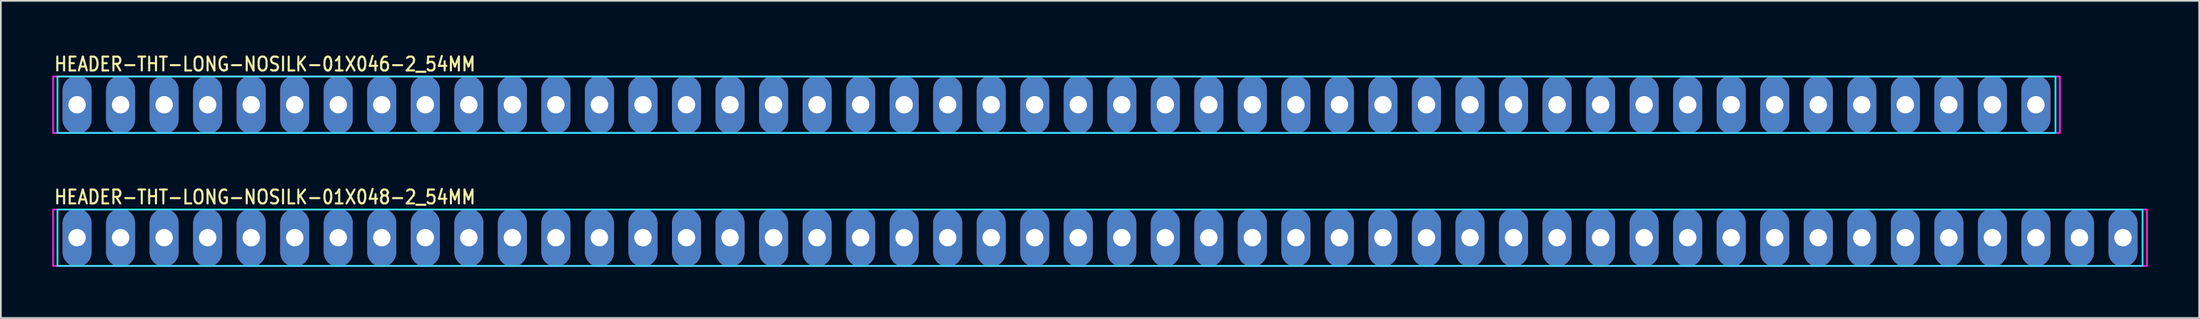
<source format=kicad_pcb>
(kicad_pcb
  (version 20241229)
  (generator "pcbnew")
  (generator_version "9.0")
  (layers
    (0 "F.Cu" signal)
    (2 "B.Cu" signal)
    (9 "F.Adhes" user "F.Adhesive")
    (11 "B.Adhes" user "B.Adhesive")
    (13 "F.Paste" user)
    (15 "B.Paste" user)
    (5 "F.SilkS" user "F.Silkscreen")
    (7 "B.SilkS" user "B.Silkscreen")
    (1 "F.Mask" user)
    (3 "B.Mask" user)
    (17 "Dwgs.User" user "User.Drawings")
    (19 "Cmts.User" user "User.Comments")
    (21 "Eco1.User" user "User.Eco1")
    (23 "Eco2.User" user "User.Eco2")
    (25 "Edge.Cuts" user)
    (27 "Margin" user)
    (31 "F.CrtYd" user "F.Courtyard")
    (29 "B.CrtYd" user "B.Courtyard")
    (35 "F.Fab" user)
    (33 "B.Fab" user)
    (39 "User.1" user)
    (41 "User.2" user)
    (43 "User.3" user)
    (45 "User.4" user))
  (footprint "HEADER-THT-LONG-NOSILK-01X046-2_54MM"
    (layer "F.Cu")
    (at 1.447 3.079)
    (property "Reference" "HEADER-THT-LONG-NOSILK-01X046-2_54MM" (at -1.4 -1.9 0) (unlocked yes) (layer "F.SilkS") (effects (font (size 0.813 0.695) (thickness 0.122)) (justify left bottom)))
    (fp_poly (pts (xy -1.143 -1.651) (xy 115.443 -1.651) (xy 115.443 1.651) (xy -1.143 1.651)) (stroke (width 0.1) (type solid)) (fill no) (layer "B.CrtYd"))
    (fp_poly (pts (xy -1.397 -1.651) (xy 115.697 -1.651) (xy 115.697 1.651) (xy -1.397 1.651)) (stroke (width 0.1) (type solid)) (fill no) (layer "F.CrtYd"))
    (pad "P$1" thru_hole oval (at 0 0 90) (size 3.387 1.693) (drill 1.016) (layers "*.Cu" "*.Mask"))
    (pad "P$2" thru_hole oval (at 2.54 0 90) (size 3.387 1.693) (drill 1.016) (layers "*.Cu" "*.Mask"))
    (pad "P$3" thru_hole oval (at 5.08 0 90) (size 3.387 1.693) (drill 1.016) (layers "*.Cu" "*.Mask"))
    (pad "P$4" thru_hole oval (at 7.62 0 90) (size 3.387 1.693) (drill 1.016) (layers "*.Cu" "*.Mask"))
    (pad "P$5" thru_hole oval (at 10.16 0 90) (size 3.387 1.693) (drill 1.016) (layers "*.Cu" "*.Mask"))
    (pad "P$6" thru_hole oval (at 12.7 0 90) (size 3.387 1.693) (drill 1.016) (layers "*.Cu" "*.Mask"))
    (pad "P$7" thru_hole oval (at 15.24 0 90) (size 3.387 1.693) (drill 1.016) (layers "*.Cu" "*.Mask"))
    (pad "P$8" thru_hole oval (at 17.78 0 90) (size 3.387 1.693) (drill 1.016) (layers "*.Cu" "*.Mask"))
    (pad "P$9" thru_hole oval (at 20.32 0 90) (size 3.387 1.693) (drill 1.016) (layers "*.Cu" "*.Mask"))
    (pad "P$10" thru_hole oval (at 22.86 0 90) (size 3.387 1.693) (drill 1.016) (layers "*.Cu" "*.Mask"))
    (pad "P$11" thru_hole oval (at 25.4 0 90) (size 3.387 1.693) (drill 1.016) (layers "*.Cu" "*.Mask"))
    (pad "P$12" thru_hole oval (at 27.94 0 90) (size 3.387 1.693) (drill 1.016) (layers "*.Cu" "*.Mask"))
    (pad "P$13" thru_hole oval (at 30.48 0 90) (size 3.387 1.693) (drill 1.016) (layers "*.Cu" "*.Mask"))
    (pad "P$14" thru_hole oval (at 33.02 0 90) (size 3.387 1.693) (drill 1.016) (layers "*.Cu" "*.Mask"))
    (pad "P$15" thru_hole oval (at 35.56 0 90) (size 3.387 1.693) (drill 1.016) (layers "*.Cu" "*.Mask"))
    (pad "P$16" thru_hole oval (at 38.1 0 90) (size 3.387 1.693) (drill 1.016) (layers "*.Cu" "*.Mask"))
    (pad "P$17" thru_hole oval (at 40.64 0 90) (size 3.387 1.693) (drill 1.016) (layers "*.Cu" "*.Mask"))
    (pad "P$18" thru_hole oval (at 43.18 0 90) (size 3.387 1.693) (drill 1.016) (layers "*.Cu" "*.Mask"))
    (pad "P$19" thru_hole oval (at 45.72 0 90) (size 3.387 1.693) (drill 1.016) (layers "*.Cu" "*.Mask"))
    (pad "P$20" thru_hole oval (at 48.26 0 90) (size 3.387 1.693) (drill 1.016) (layers "*.Cu" "*.Mask"))
    (pad "P$21" thru_hole oval (at 50.8 0 90) (size 3.387 1.693) (drill 1.016) (layers "*.Cu" "*.Mask"))
    (pad "P$22" thru_hole oval (at 53.34 0 90) (size 3.387 1.693) (drill 1.016) (layers "*.Cu" "*.Mask"))
    (pad "P$23" thru_hole oval (at 55.88 0 90) (size 3.387 1.693) (drill 1.016) (layers "*.Cu" "*.Mask"))
    (pad "P$24" thru_hole oval (at 58.42 0 90) (size 3.387 1.693) (drill 1.016) (layers "*.Cu" "*.Mask"))
    (pad "P$25" thru_hole oval (at 60.96 0 90) (size 3.387 1.693) (drill 1.016) (layers "*.Cu" "*.Mask"))
    (pad "P$26" thru_hole oval (at 63.5 0 90) (size 3.387 1.693) (drill 1.016) (layers "*.Cu" "*.Mask"))
    (pad "P$27" thru_hole oval (at 66.04 0 90) (size 3.387 1.693) (drill 1.016) (layers "*.Cu" "*.Mask"))
    (pad "P$28" thru_hole oval (at 68.58 0 90) (size 3.387 1.693) (drill 1.016) (layers "*.Cu" "*.Mask"))
    (pad "P$29" thru_hole oval (at 71.12 0 90) (size 3.387 1.693) (drill 1.016) (layers "*.Cu" "*.Mask"))
    (pad "P$30" thru_hole oval (at 73.66 0 90) (size 3.387 1.693) (drill 1.016) (layers "*.Cu" "*.Mask"))
    (pad "P$31" thru_hole oval (at 76.2 0 90) (size 3.387 1.693) (drill 1.016) (layers "*.Cu" "*.Mask"))
    (pad "P$32" thru_hole oval (at 78.74 0 90) (size 3.387 1.693) (drill 1.016) (layers "*.Cu" "*.Mask"))
    (pad "P$33" thru_hole oval (at 81.28 0 90) (size 3.387 1.693) (drill 1.016) (layers "*.Cu" "*.Mask"))
    (pad "P$34" thru_hole oval (at 83.82 0 90) (size 3.387 1.693) (drill 1.016) (layers "*.Cu" "*.Mask"))
    (pad "P$35" thru_hole oval (at 86.36 0 90) (size 3.387 1.693) (drill 1.016) (layers "*.Cu" "*.Mask"))
    (pad "P$36" thru_hole oval (at 88.9 0 90) (size 3.387 1.693) (drill 1.016) (layers "*.Cu" "*.Mask"))
    (pad "P$37" thru_hole oval (at 91.44 0 90) (size 3.387 1.693) (drill 1.016) (layers "*.Cu" "*.Mask"))
    (pad "P$38" thru_hole oval (at 93.98 0 90) (size 3.387 1.693) (drill 1.016) (layers "*.Cu" "*.Mask"))
    (pad "P$39" thru_hole oval (at 96.52 0 90) (size 3.387 1.693) (drill 1.016) (layers "*.Cu" "*.Mask"))
    (pad "P$40" thru_hole oval (at 99.06 0 90) (size 3.387 1.693) (drill 1.016) (layers "*.Cu" "*.Mask"))
    (pad "P$41" thru_hole oval (at 101.6 0 90) (size 3.387 1.693) (drill 1.016) (layers "*.Cu" "*.Mask"))
    (pad "P$42" thru_hole oval (at 104.14 0 90) (size 3.387 1.693) (drill 1.016) (layers "*.Cu" "*.Mask"))
    (pad "P$43" thru_hole oval (at 106.68 0 90) (size 3.387 1.693) (drill 1.016) (layers "*.Cu" "*.Mask"))
    (pad "P$44" thru_hole oval (at 109.22 0 90) (size 3.387 1.693) (drill 1.016) (layers "*.Cu" "*.Mask"))
    (pad "P$45" thru_hole oval (at 111.76 0 90) (size 3.387 1.693) (drill 1.016) (layers "*.Cu" "*.Mask"))
    (pad "P$46" thru_hole oval (at 114.3 0 90) (size 3.387 1.693) (drill 1.016) (layers "*.Cu" "*.Mask")))
  (footprint "HEADER-THT-LONG-NOSILK-01X048-2_54MM"
    (layer "F.Cu")
    (at 1.447 10.858)
    (property "Reference" "HEADER-THT-LONG-NOSILK-01X048-2_54MM" (at -1.4 -1.9 0) (unlocked yes) (layer "F.SilkS") (effects (font (size 0.813 0.695) (thickness 0.122)) (justify left bottom)))
    (fp_poly (pts (xy -1.143 -1.651) (xy 120.523 -1.651) (xy 120.523 1.651) (xy -1.143 1.651)) (stroke (width 0.1) (type solid)) (fill no) (layer "B.CrtYd"))
    (fp_poly (pts (xy -1.397 -1.651) (xy 120.777 -1.651) (xy 120.777 1.651) (xy -1.397 1.651)) (stroke (width 0.1) (type solid)) (fill no) (layer "F.CrtYd"))
    (pad "P$1" thru_hole oval (at 0 0 90) (size 3.387 1.693) (drill 1.016) (layers "*.Cu" "*.Mask"))
    (pad "P$2" thru_hole oval (at 2.54 0 90) (size 3.387 1.693) (drill 1.016) (layers "*.Cu" "*.Mask"))
    (pad "P$3" thru_hole oval (at 5.08 0 90) (size 3.387 1.693) (drill 1.016) (layers "*.Cu" "*.Mask"))
    (pad "P$4" thru_hole oval (at 7.62 0 90) (size 3.387 1.693) (drill 1.016) (layers "*.Cu" "*.Mask"))
    (pad "P$5" thru_hole oval (at 10.16 0 90) (size 3.387 1.693) (drill 1.016) (layers "*.Cu" "*.Mask"))
    (pad "P$6" thru_hole oval (at 12.7 0 90) (size 3.387 1.693) (drill 1.016) (layers "*.Cu" "*.Mask"))
    (pad "P$7" thru_hole oval (at 15.24 0 90) (size 3.387 1.693) (drill 1.016) (layers "*.Cu" "*.Mask"))
    (pad "P$8" thru_hole oval (at 17.78 0 90) (size 3.387 1.693) (drill 1.016) (layers "*.Cu" "*.Mask"))
    (pad "P$9" thru_hole oval (at 20.32 0 90) (size 3.387 1.693) (drill 1.016) (layers "*.Cu" "*.Mask"))
    (pad "P$10" thru_hole oval (at 22.86 0 90) (size 3.387 1.693) (drill 1.016) (layers "*.Cu" "*.Mask"))
    (pad "P$11" thru_hole oval (at 25.4 0 90) (size 3.387 1.693) (drill 1.016) (layers "*.Cu" "*.Mask"))
    (pad "P$12" thru_hole oval (at 27.94 0 90) (size 3.387 1.693) (drill 1.016) (layers "*.Cu" "*.Mask"))
    (pad "P$13" thru_hole oval (at 30.48 0 90) (size 3.387 1.693) (drill 1.016) (layers "*.Cu" "*.Mask"))
    (pad "P$14" thru_hole oval (at 33.02 0 90) (size 3.387 1.693) (drill 1.016) (layers "*.Cu" "*.Mask"))
    (pad "P$15" thru_hole oval (at 35.56 0 90) (size 3.387 1.693) (drill 1.016) (layers "*.Cu" "*.Mask"))
    (pad "P$16" thru_hole oval (at 38.1 0 90) (size 3.387 1.693) (drill 1.016) (layers "*.Cu" "*.Mask"))
    (pad "P$17" thru_hole oval (at 40.64 0 90) (size 3.387 1.693) (drill 1.016) (layers "*.Cu" "*.Mask"))
    (pad "P$18" thru_hole oval (at 43.18 0 90) (size 3.387 1.693) (drill 1.016) (layers "*.Cu" "*.Mask"))
    (pad "P$19" thru_hole oval (at 45.72 0 90) (size 3.387 1.693) (drill 1.016) (layers "*.Cu" "*.Mask"))
    (pad "P$20" thru_hole oval (at 48.26 0 90) (size 3.387 1.693) (drill 1.016) (layers "*.Cu" "*.Mask"))
    (pad "P$21" thru_hole oval (at 50.8 0 90) (size 3.387 1.693) (drill 1.016) (layers "*.Cu" "*.Mask"))
    (pad "P$22" thru_hole oval (at 53.34 0 90) (size 3.387 1.693) (drill 1.016) (layers "*.Cu" "*.Mask"))
    (pad "P$23" thru_hole oval (at 55.88 0 90) (size 3.387 1.693) (drill 1.016) (layers "*.Cu" "*.Mask"))
    (pad "P$24" thru_hole oval (at 58.42 0 90) (size 3.387 1.693) (drill 1.016) (layers "*.Cu" "*.Mask"))
    (pad "P$25" thru_hole oval (at 60.96 0 90) (size 3.387 1.693) (drill 1.016) (layers "*.Cu" "*.Mask"))
    (pad "P$26" thru_hole oval (at 63.5 0 90) (size 3.387 1.693) (drill 1.016) (layers "*.Cu" "*.Mask"))
    (pad "P$27" thru_hole oval (at 66.04 0 90) (size 3.387 1.693) (drill 1.016) (layers "*.Cu" "*.Mask"))
    (pad "P$28" thru_hole oval (at 68.58 0 90) (size 3.387 1.693) (drill 1.016) (layers "*.Cu" "*.Mask"))
    (pad "P$29" thru_hole oval (at 71.12 0 90) (size 3.387 1.693) (drill 1.016) (layers "*.Cu" "*.Mask"))
    (pad "P$30" thru_hole oval (at 73.66 0 90) (size 3.387 1.693) (drill 1.016) (layers "*.Cu" "*.Mask"))
    (pad "P$31" thru_hole oval (at 76.2 0 90) (size 3.387 1.693) (drill 1.016) (layers "*.Cu" "*.Mask"))
    (pad "P$32" thru_hole oval (at 78.74 0 90) (size 3.387 1.693) (drill 1.016) (layers "*.Cu" "*.Mask"))
    (pad "P$33" thru_hole oval (at 81.28 0 90) (size 3.387 1.693) (drill 1.016) (layers "*.Cu" "*.Mask"))
    (pad "P$34" thru_hole oval (at 83.82 0 90) (size 3.387 1.693) (drill 1.016) (layers "*.Cu" "*.Mask"))
    (pad "P$35" thru_hole oval (at 86.36 0 90) (size 3.387 1.693) (drill 1.016) (layers "*.Cu" "*.Mask"))
    (pad "P$36" thru_hole oval (at 88.9 0 90) (size 3.387 1.693) (drill 1.016) (layers "*.Cu" "*.Mask"))
    (pad "P$37" thru_hole oval (at 91.44 0 90) (size 3.387 1.693) (drill 1.016) (layers "*.Cu" "*.Mask"))
    (pad "P$38" thru_hole oval (at 93.98 0 90) (size 3.387 1.693) (drill 1.016) (layers "*.Cu" "*.Mask"))
    (pad "P$39" thru_hole oval (at 96.52 0 90) (size 3.387 1.693) (drill 1.016) (layers "*.Cu" "*.Mask"))
    (pad "P$40" thru_hole oval (at 99.06 0 90) (size 3.387 1.693) (drill 1.016) (layers "*.Cu" "*.Mask"))
    (pad "P$41" thru_hole oval (at 101.6 0 90) (size 3.387 1.693) (drill 1.016) (layers "*.Cu" "*.Mask"))
    (pad "P$42" thru_hole oval (at 104.14 0 90) (size 3.387 1.693) (drill 1.016) (layers "*.Cu" "*.Mask"))
    (pad "P$43" thru_hole oval (at 106.68 0 90) (size 3.387 1.693) (drill 1.016) (layers "*.Cu" "*.Mask"))
    (pad "P$44" thru_hole oval (at 109.22 0 90) (size 3.387 1.693) (drill 1.016) (layers "*.Cu" "*.Mask"))
    (pad "P$45" thru_hole oval (at 111.76 0 90) (size 3.387 1.693) (drill 1.016) (layers "*.Cu" "*.Mask"))
    (pad "P$46" thru_hole oval (at 114.3 0 90) (size 3.387 1.693) (drill 1.016) (layers "*.Cu" "*.Mask"))
    (pad "P$47" thru_hole oval (at 116.84 0 90) (size 3.387 1.693) (drill 1.016) (layers "*.Cu" "*.Mask"))
    (pad "P$48" thru_hole oval (at 119.38 0 90) (size 3.387 1.693) (drill 1.016) (layers "*.Cu" "*.Mask")))
  (gr_rect
    (start -3 -3)
    (end 125.274 15.559)
    (stroke (width 0.1) (type default))
    (fill no)
    (layer "Edge.Cuts")))
</source>
